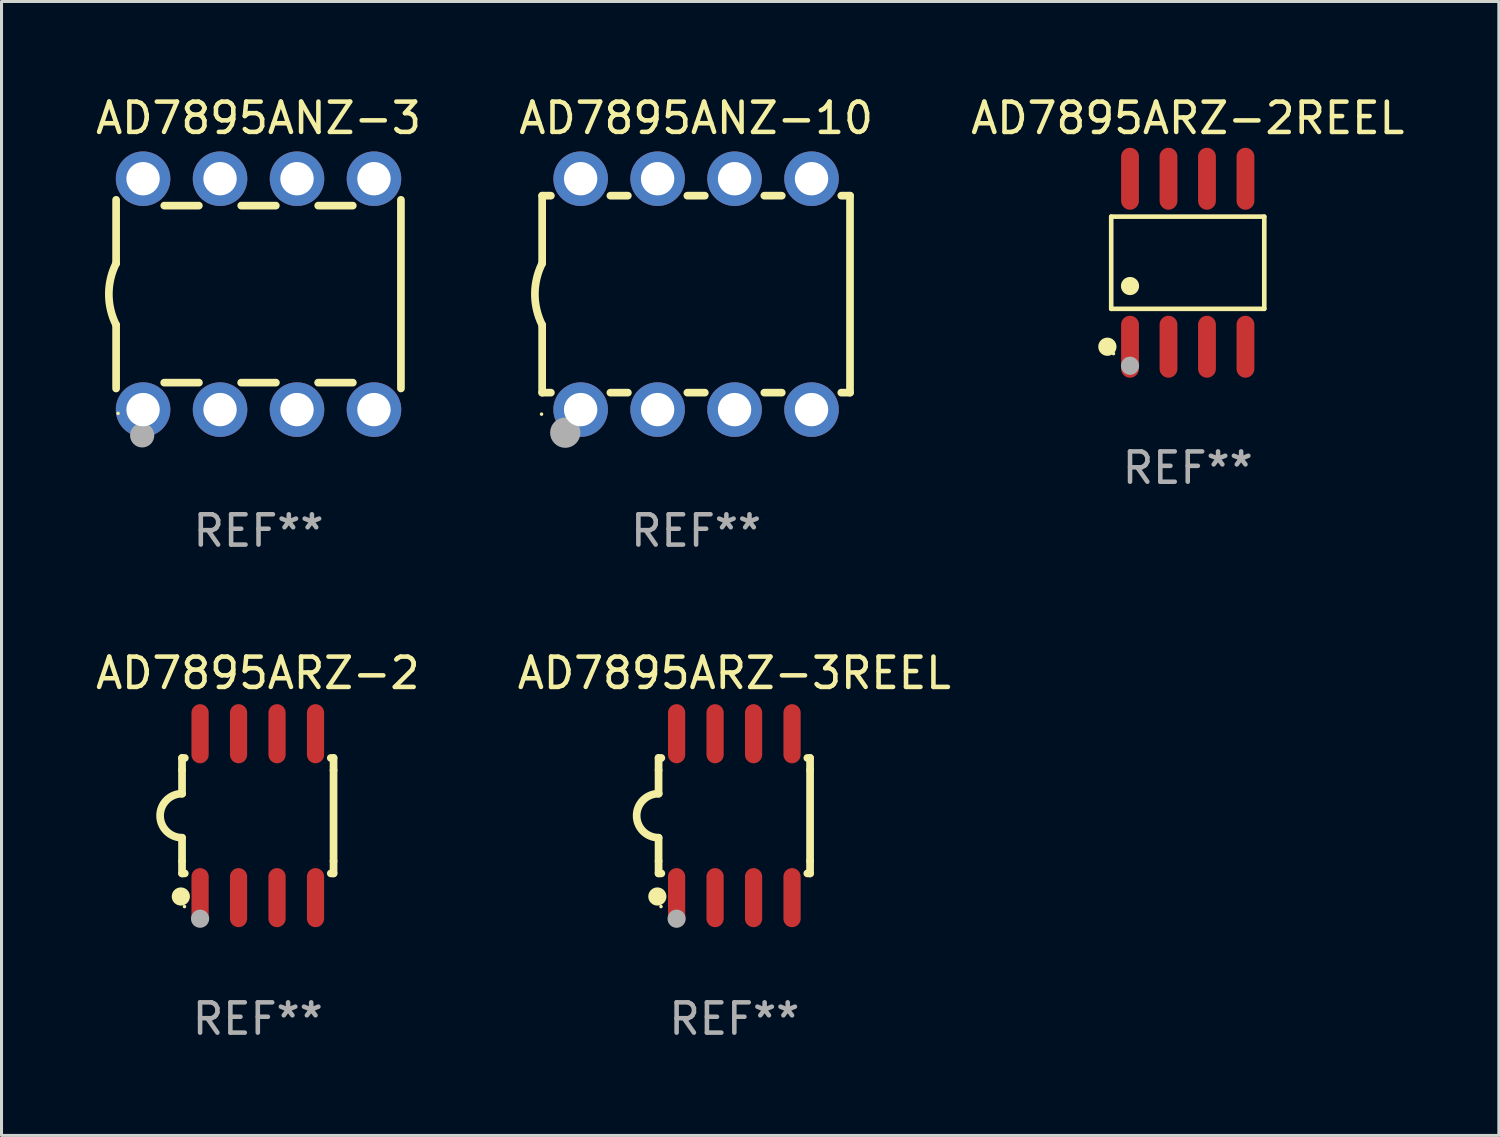
<source format=kicad_pcb>
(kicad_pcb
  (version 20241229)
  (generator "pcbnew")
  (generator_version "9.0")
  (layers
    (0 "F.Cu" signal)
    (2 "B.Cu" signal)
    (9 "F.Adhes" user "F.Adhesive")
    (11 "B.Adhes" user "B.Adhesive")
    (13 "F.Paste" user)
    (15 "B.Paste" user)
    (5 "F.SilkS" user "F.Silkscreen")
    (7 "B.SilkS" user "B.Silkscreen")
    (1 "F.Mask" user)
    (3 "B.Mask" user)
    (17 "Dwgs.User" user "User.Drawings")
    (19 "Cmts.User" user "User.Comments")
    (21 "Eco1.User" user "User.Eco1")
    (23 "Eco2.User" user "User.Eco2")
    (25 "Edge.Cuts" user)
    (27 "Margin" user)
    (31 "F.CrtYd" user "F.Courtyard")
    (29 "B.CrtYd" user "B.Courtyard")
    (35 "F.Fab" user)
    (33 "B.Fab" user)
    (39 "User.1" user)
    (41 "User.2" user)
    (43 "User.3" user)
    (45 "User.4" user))
  (footprint "AD7895ARZ-2REEL"
    (layer "F.Cu")
    (at 36.149 5.621)
    (property "Reference" "AD7895ARZ-2REEL" (at 0 -4.772 0) (layer "F.SilkS") (effects (font (size 1 1) (thickness 0.15))))
    (attr through_hole)
    (fp_line (start -2.526 -1.521) (end 2.526 -1.521) (stroke (width 0.152) (type solid)) (layer "F.SilkS"))
    (fp_line (start -2.526 1.521) (end -2.526 -1.521) (stroke (width 0.152) (type solid)) (layer "F.SilkS"))
    (fp_line (start 2.526 -1.521) (end 2.526 1.521) (stroke (width 0.152) (type solid)) (layer "F.SilkS"))
    (fp_line (start 2.526 1.521) (end -2.526 1.521) (stroke (width 0.152) (type solid)) (layer "F.SilkS"))
    (fp_circle (center -2.652 2.772) (end -2.501 2.772) (stroke (width 0.3) (type solid)) (fill no) (layer "F.SilkS"))
    (fp_circle (center -2.45 3) (end -2.42 3) (stroke (width 0.06) (type solid)) (fill no) (layer "F.SilkS"))
    (fp_circle (center -1.905 0.769) (end -1.755 0.769) (stroke (width 0.3) (type solid)) (fill no) (layer "F.SilkS"))
    (fp_circle (center -1.905 3.4) (end -1.755 3.4) (stroke (width 0.3) (type solid)) (fill no) (layer "F.Fab"))
    (fp_text user "REF**" (at 0 6.772 0) (layer "F.Fab") (effects (font (size 1 1) (thickness 0.15))))
    (pad "1" smd oval (at -1.905 2.772) (size 0.588 2.045) (layers "F.Cu" "F.Mask" "F.Paste"))
    (pad "2" smd oval (at -0.635 2.772) (size 0.588 2.045) (layers "F.Cu" "F.Mask" "F.Paste"))
    (pad "3" smd oval (at 0.635 2.772) (size 0.588 2.045) (layers "F.Cu" "F.Mask" "F.Paste"))
    (pad "4" smd oval (at 1.905 2.772) (size 0.588 2.045) (layers "F.Cu" "F.Mask" "F.Paste"))
    (pad "5" smd oval (at 1.905 -2.772) (size 0.588 2.045) (layers "F.Cu" "F.Mask" "F.Paste"))
    (pad "6" smd oval (at 0.635 -2.772) (size 0.588 2.045) (layers "F.Cu" "F.Mask" "F.Paste"))
    (pad "7" smd oval (at -0.635 -2.772) (size 0.588 2.045) (layers "F.Cu" "F.Mask" "F.Paste"))
    (pad "8" smd oval (at -1.905 -2.772) (size 0.588 2.045) (layers "F.Cu" "F.Mask" "F.Paste")))
  (footprint "AD7895ANZ-10"
    (layer "F.Cu")
    (at 19.923 6.658)
    (property "Reference" "AD7895ANZ-10" (at 0 -5.81 0) (layer "F.SilkS") (effects (font (size 1 1) (thickness 0.15))))
    (attr through_hole)
    (fp_line (start -5.08 -3.25) (end -5.08 -1.017) (stroke (width 0.254) (type solid)) (layer "F.SilkS"))
    (fp_line (start -5.08 -3.25) (end -4.792 -3.25) (stroke (width 0.254) (type solid)) (layer "F.SilkS"))
    (fp_line (start -5.08 3.25) (end -5.08 1.015) (stroke (width 0.254) (type solid)) (layer "F.SilkS"))
    (fp_line (start -5.08 3.25) (end -4.792 3.25) (stroke (width 0.254) (type solid)) (layer "F.SilkS"))
    (fp_line (start -2.828 -3.25) (end -2.252 -3.25) (stroke (width 0.254) (type solid)) (layer "F.SilkS"))
    (fp_line (start -2.828 3.25) (end -2.252 3.25) (stroke (width 0.254) (type solid)) (layer "F.SilkS"))
    (fp_line (start -0.288 -3.25) (end 0.288 -3.25) (stroke (width 0.254) (type solid)) (layer "F.SilkS"))
    (fp_line (start -0.288 3.25) (end 0.288 3.25) (stroke (width 0.254) (type solid)) (layer "F.SilkS"))
    (fp_line (start 2.252 -3.25) (end 2.828 -3.25) (stroke (width 0.254) (type solid)) (layer "F.SilkS"))
    (fp_line (start 2.252 3.25) (end 2.828 3.25) (stroke (width 0.254) (type solid)) (layer "F.SilkS"))
    (fp_line (start 4.792 -3.25) (end 5.08 -3.25) (stroke (width 0.254) (type solid)) (layer "F.SilkS"))
    (fp_line (start 4.792 3.25) (end 5.08 3.25) (stroke (width 0.254) (type solid)) (layer "F.SilkS"))
    (fp_line (start 5.08 -3.25) (end 5.08 3.25) (stroke (width 0.254) (type solid)) (layer "F.SilkS"))
    (fp_arc (start -5.08001 1.01524) (mid -5.319856 -0.000762) (end -5.08001 -1.016764) (stroke (width 0.254001) (type solid)) (layer "F.SilkS"))
    (fp_circle (center -5.1 3.96) (end -5.07 3.96) (stroke (width 0.06) (type solid)) (fill no) (layer "F.SilkS"))
    (fp_circle (center -4.318 4.572) (end -4.068 4.572) (stroke (width 0.5) (type solid)) (fill no) (layer "F.Fab"))
    (fp_text user "REF**" (at 0 7.81 0) (layer "F.Fab") (effects (font (size 1 1) (thickness 0.15))))
    (pad "1" thru_hole circle (at -3.81 3.81) (size 1.8 1.8) (drill 1.1) (layers "*.Cu" "*.Mask"))
    (pad "2" thru_hole circle (at -1.27 3.81) (size 1.8 1.8) (drill 1.1) (layers "*.Cu" "*.Mask"))
    (pad "3" thru_hole circle (at 1.27 3.81) (size 1.8 1.8) (drill 1.1) (layers "*.Cu" "*.Mask"))
    (pad "4" thru_hole circle (at 3.81 3.81) (size 1.8 1.8) (drill 1.1) (layers "*.Cu" "*.Mask"))
    (pad "5" thru_hole circle (at 3.81 -3.81) (size 1.8 1.8) (drill 1.1) (layers "*.Cu" "*.Mask"))
    (pad "6" thru_hole circle (at 1.27 -3.81) (size 1.8 1.8) (drill 1.1) (layers "*.Cu" "*.Mask"))
    (pad "7" thru_hole circle (at -1.27 -3.81) (size 1.8 1.8) (drill 1.1) (layers "*.Cu" "*.Mask"))
    (pad "8" thru_hole circle (at -3.81 -3.81) (size 1.8 1.8) (drill 1.1) (layers "*.Cu" "*.Mask")))
  (footprint "AD7895ANZ-3"
    (layer "F.Cu")
    (at 5.482 6.658)
    (property "Reference" "AD7895ANZ-3" (at 0 -5.81 0) (layer "F.SilkS") (effects (font (size 1 1) (thickness 0.15))))
    (attr through_hole)
    (fp_line (start -4.7 -1.017) (end -4.7 -3.113) (stroke (width 0.254) (type solid)) (layer "F.SilkS"))
    (fp_line (start -4.7 1.015) (end -4.7 3.113) (stroke (width 0.254) (type solid)) (layer "F.SilkS"))
    (fp_line (start -3.113 2.92) (end -1.967 2.92) (stroke (width 0.254) (type solid)) (layer "F.SilkS"))
    (fp_line (start -3.111 -2.922) (end -1.969 -2.922) (stroke (width 0.254) (type solid)) (layer "F.SilkS"))
    (fp_line (start -0.573 2.92) (end 0.573 2.92) (stroke (width 0.254) (type solid)) (layer "F.SilkS"))
    (fp_line (start -0.571 -2.922) (end 0.571 -2.922) (stroke (width 0.254) (type solid)) (layer "F.SilkS"))
    (fp_line (start 1.967 2.92) (end 3.113 2.92) (stroke (width 0.254) (type solid)) (layer "F.SilkS"))
    (fp_line (start 1.969 -2.922) (end 3.111 -2.922) (stroke (width 0.254) (type solid)) (layer "F.SilkS"))
    (fp_line (start 4.7 -3.113) (end 4.7 3.113) (stroke (width 0.254) (type solid)) (layer "F.SilkS"))
    (fp_arc (start -4.7 1.01524) (mid -4.939846 -0.000762) (end -4.7 -1.016764) (stroke (width 0.254001) (type solid)) (layer "F.SilkS"))
    (fp_circle (center -4.636 3.935) (end -4.606 3.935) (stroke (width 0.06) (type solid)) (fill no) (layer "F.SilkS"))
    (fp_circle (center -3.84 4.66) (end -3.64 4.66) (stroke (width 0.4) (type solid)) (fill no) (layer "F.Fab"))
    (fp_text user "REF**" (at 0 7.81 0) (layer "F.Fab") (effects (font (size 1 1) (thickness 0.15))))
    (pad "1" thru_hole circle (at -3.81 3.81) (size 1.8 1.8) (drill 1.1) (layers "*.Cu" "*.Mask"))
    (pad "2" thru_hole circle (at -1.27 3.81) (size 1.8 1.8) (drill 1.1) (layers "*.Cu" "*.Mask"))
    (pad "3" thru_hole circle (at 1.27 3.81) (size 1.8 1.8) (drill 1.1) (layers "*.Cu" "*.Mask"))
    (pad "4" thru_hole circle (at 3.81 3.81) (size 1.8 1.8) (drill 1.1) (layers "*.Cu" "*.Mask"))
    (pad "5" thru_hole circle (at 3.81 -3.81) (size 1.8 1.8) (drill 1.1) (layers "*.Cu" "*.Mask"))
    (pad "6" thru_hole circle (at 1.27 -3.81) (size 1.8 1.8) (drill 1.1) (layers "*.Cu" "*.Mask"))
    (pad "7" thru_hole circle (at -1.27 -3.81) (size 1.8 1.8) (drill 1.1) (layers "*.Cu" "*.Mask"))
    (pad "8" thru_hole circle (at -3.81 -3.81) (size 1.8 1.8) (drill 1.1) (layers "*.Cu" "*.Mask")))
  (footprint "AD7895ARZ-2"
    (layer "F.Cu")
    (at 5.458 23.87)
    (property "Reference" "AD7895ARZ-2" (at 0 -4.705 0) (layer "F.SilkS") (effects (font (size 1 1) (thickness 0.15))))
    (attr through_hole)
    (fp_line (start -2.5 -1.905) (end -2.409 -1.905) (stroke (width 0.254) (type solid)) (layer "F.SilkS"))
    (fp_line (start -2.5 -1.5) (end -2.5 -1.905) (stroke (width 0.254) (type solid)) (layer "F.SilkS"))
    (fp_line (start -2.5 -1.5) (end -2.5 -0.726) (stroke (width 0.254) (type solid)) (layer "F.SilkS"))
    (fp_line (start -2.5 1.5) (end -2.5 0.727) (stroke (width 0.254) (type solid)) (layer "F.SilkS"))
    (fp_line (start -2.5 1.5) (end -2.5 1.905) (stroke (width 0.254) (type solid)) (layer "F.SilkS"))
    (fp_line (start -2.5 1.905) (end -2.409 1.905) (stroke (width 0.254) (type solid)) (layer "F.SilkS"))
    (fp_line (start 2.5 -1.905) (end 2.409 -1.905) (stroke (width 0.254) (type solid)) (layer "F.SilkS"))
    (fp_line (start 2.5 -1.5) (end 2.5 -1.905) (stroke (width 0.254) (type solid)) (layer "F.SilkS"))
    (fp_line (start 2.5 -1.5) (end 2.5 1.5) (stroke (width 0.254) (type solid)) (layer "F.SilkS"))
    (fp_line (start 2.5 1.5) (end 2.5 1.905) (stroke (width 0.254) (type solid)) (layer "F.SilkS"))
    (fp_line (start 2.5 1.905) (end 2.409 1.905) (stroke (width 0.254) (type solid)) (layer "F.SilkS"))
    (fp_arc (start -2.5 0.726568) (mid -3.220316 -0.0023) (end -2.495097 -0.726289) (stroke (width 0.254001) (type solid)) (layer "F.SilkS"))
    (fp_circle (center -2.54 2.667) (end -2.39 2.667) (stroke (width 0.3) (type solid)) (fill no) (layer "F.SilkS"))
    (fp_circle (center -2.42 3) (end -2.39 3) (stroke (width 0.06) (type solid)) (fill no) (layer "F.SilkS"))
    (fp_circle (center -1.905 3.4) (end -1.755 3.4) (stroke (width 0.3) (type solid)) (fill no) (layer "F.Fab"))
    (fp_text user "REF**" (at 0 6.705 0) (layer "F.Fab") (effects (font (size 1 1) (thickness 0.15))))
    (pad "1" smd oval (at -1.905 2.705) (size 0.568 1.95) (layers "F.Cu" "F.Mask" "F.Paste"))
    (pad "2" smd oval (at -0.635 2.705) (size 0.568 1.95) (layers "F.Cu" "F.Mask" "F.Paste"))
    (pad "3" smd oval (at 0.635 2.705) (size 0.568 1.95) (layers "F.Cu" "F.Mask" "F.Paste"))
    (pad "4" smd oval (at 1.905 2.705) (size 0.568 1.95) (layers "F.Cu" "F.Mask" "F.Paste"))
    (pad "5" smd oval (at 1.905 -2.705) (size 0.568 1.95) (layers "F.Cu" "F.Mask" "F.Paste"))
    (pad "6" smd oval (at 0.635 -2.705) (size 0.568 1.95) (layers "F.Cu" "F.Mask" "F.Paste"))
    (pad "7" smd oval (at -0.635 -2.705) (size 0.568 1.95) (layers "F.Cu" "F.Mask" "F.Paste"))
    (pad "8" smd oval (at -1.905 -2.705) (size 0.568 1.95) (layers "F.Cu" "F.Mask" "F.Paste")))
  (footprint "AD7895ARZ-3REEL"
    (layer "F.Cu")
    (at 21.185 23.87)
    (property "Reference" "AD7895ARZ-3REEL" (at 0 -4.705 0) (layer "F.SilkS") (effects (font (size 1 1) (thickness 0.15))))
    (attr through_hole)
    (fp_line (start -2.5 -1.905) (end -2.409 -1.905) (stroke (width 0.254) (type solid)) (layer "F.SilkS"))
    (fp_line (start -2.5 -1.5) (end -2.5 -1.905) (stroke (width 0.254) (type solid)) (layer "F.SilkS"))
    (fp_line (start -2.5 -1.5) (end -2.5 -0.726) (stroke (width 0.254) (type solid)) (layer "F.SilkS"))
    (fp_line (start -2.5 1.5) (end -2.5 0.727) (stroke (width 0.254) (type solid)) (layer "F.SilkS"))
    (fp_line (start -2.5 1.5) (end -2.5 1.905) (stroke (width 0.254) (type solid)) (layer "F.SilkS"))
    (fp_line (start -2.5 1.905) (end -2.409 1.905) (stroke (width 0.254) (type solid)) (layer "F.SilkS"))
    (fp_line (start 2.5 -1.905) (end 2.409 -1.905) (stroke (width 0.254) (type solid)) (layer "F.SilkS"))
    (fp_line (start 2.5 -1.5) (end 2.5 -1.905) (stroke (width 0.254) (type solid)) (layer "F.SilkS"))
    (fp_line (start 2.5 -1.5) (end 2.5 1.5) (stroke (width 0.254) (type solid)) (layer "F.SilkS"))
    (fp_line (start 2.5 1.5) (end 2.5 1.905) (stroke (width 0.254) (type solid)) (layer "F.SilkS"))
    (fp_line (start 2.5 1.905) (end 2.409 1.905) (stroke (width 0.254) (type solid)) (layer "F.SilkS"))
    (fp_arc (start -2.5 0.726568) (mid -3.220316 -0.0023) (end -2.495097 -0.726289) (stroke (width 0.254001) (type solid)) (layer "F.SilkS"))
    (fp_circle (center -2.54 2.667) (end -2.39 2.667) (stroke (width 0.3) (type solid)) (fill no) (layer "F.SilkS"))
    (fp_circle (center -2.42 3) (end -2.39 3) (stroke (width 0.06) (type solid)) (fill no) (layer "F.SilkS"))
    (fp_circle (center -1.905 3.4) (end -1.755 3.4) (stroke (width 0.3) (type solid)) (fill no) (layer "F.Fab"))
    (fp_text user "REF**" (at 0 6.705 0) (layer "F.Fab") (effects (font (size 1 1) (thickness 0.15))))
    (pad "1" smd oval (at -1.905 2.705) (size 0.568 1.95) (layers "F.Cu" "F.Mask" "F.Paste"))
    (pad "2" smd oval (at -0.635 2.705) (size 0.568 1.95) (layers "F.Cu" "F.Mask" "F.Paste"))
    (pad "3" smd oval (at 0.635 2.705) (size 0.568 1.95) (layers "F.Cu" "F.Mask" "F.Paste"))
    (pad "4" smd oval (at 1.905 2.705) (size 0.568 1.95) (layers "F.Cu" "F.Mask" "F.Paste"))
    (pad "5" smd oval (at 1.905 -2.705) (size 0.568 1.95) (layers "F.Cu" "F.Mask" "F.Paste"))
    (pad "6" smd oval (at 0.635 -2.705) (size 0.568 1.95) (layers "F.Cu" "F.Mask" "F.Paste"))
    (pad "7" smd oval (at -0.635 -2.705) (size 0.568 1.95) (layers "F.Cu" "F.Mask" "F.Paste"))
    (pad "8" smd oval (at -1.905 -2.705) (size 0.568 1.95) (layers "F.Cu" "F.Mask" "F.Paste")))
  (gr_rect
    (start -3 -3)
    (end 46.417 34.423)
    (stroke (width 0.1) (type default))
    (fill no)
    (layer "Edge.Cuts")))
</source>
